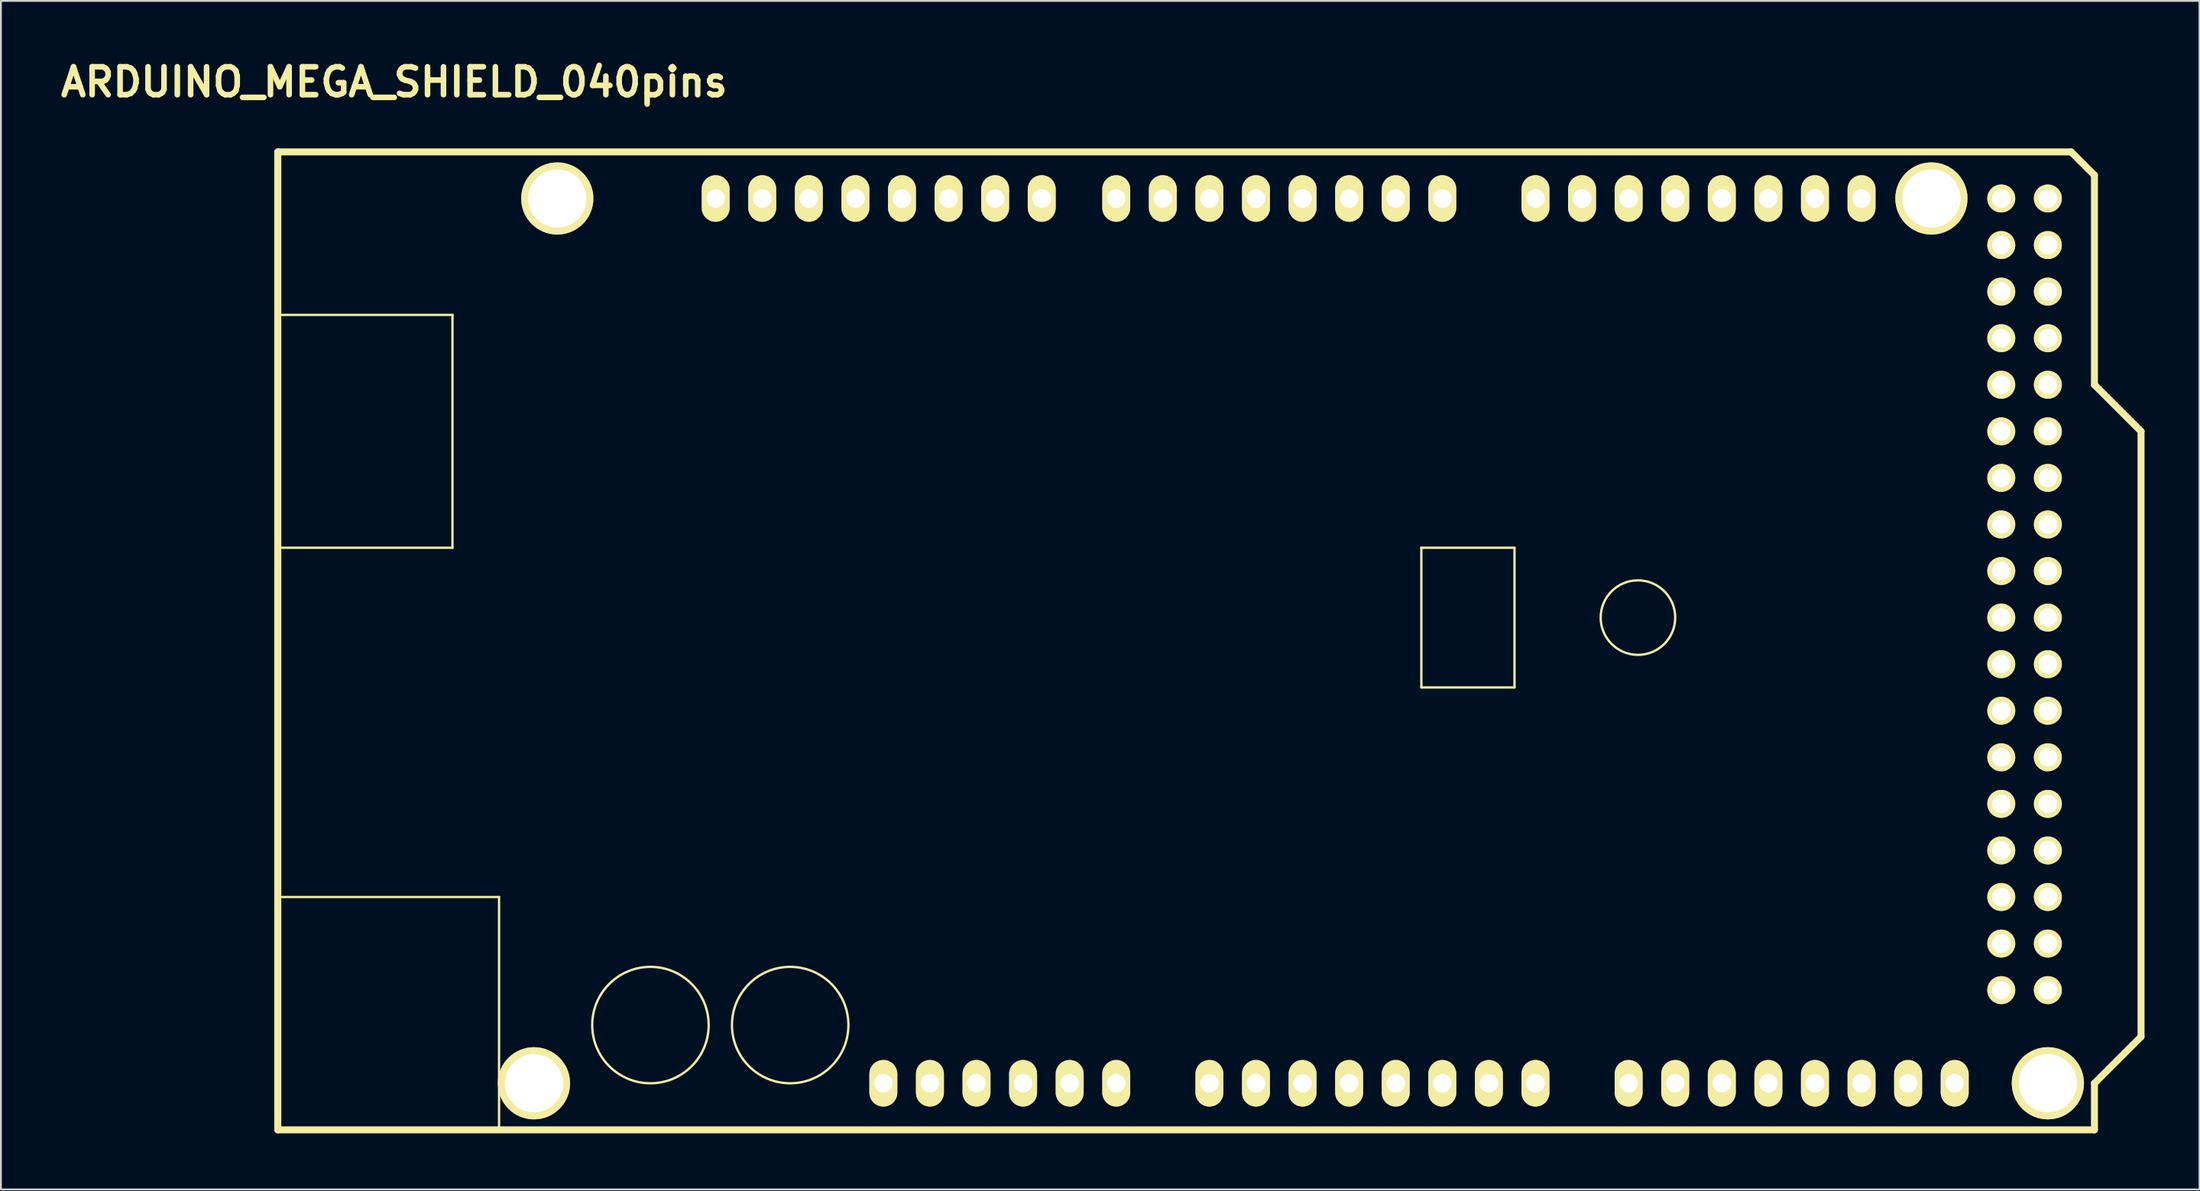
<source format=kicad_pcb>
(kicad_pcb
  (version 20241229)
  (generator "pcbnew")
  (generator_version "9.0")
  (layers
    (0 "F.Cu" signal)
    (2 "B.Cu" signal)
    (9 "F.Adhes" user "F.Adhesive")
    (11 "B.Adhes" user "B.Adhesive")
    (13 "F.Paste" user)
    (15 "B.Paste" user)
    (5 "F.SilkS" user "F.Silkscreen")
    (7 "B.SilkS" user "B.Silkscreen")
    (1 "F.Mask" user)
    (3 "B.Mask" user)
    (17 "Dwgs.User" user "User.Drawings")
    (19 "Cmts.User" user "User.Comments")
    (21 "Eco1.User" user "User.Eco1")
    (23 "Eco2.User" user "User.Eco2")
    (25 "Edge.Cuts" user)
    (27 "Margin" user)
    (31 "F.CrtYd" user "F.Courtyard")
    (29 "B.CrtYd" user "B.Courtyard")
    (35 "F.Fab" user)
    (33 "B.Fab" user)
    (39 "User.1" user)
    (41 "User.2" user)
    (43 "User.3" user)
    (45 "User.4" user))
  (footprint "ARDUINO_MEGA_SHIELD_040pins"
    (layer "F.Cu")
    (at 12.098 58.576)
    (property "Reference" "ARDUINO_MEGA_SHIELD_040pins" (at 6.35 -57.15 0) (layer "F.SilkS") (effects (font (size 1.524 1.524) (thickness 0.305))))
    (attr through_hole)
    (fp_line (start 0 -44.45) (end 9.525 -44.45) (stroke (width 0.127) (type solid)) (layer "F.SilkS"))
    (fp_line (start 0 -12.7) (end 12.065 -12.7) (stroke (width 0.127) (type solid)) (layer "F.SilkS"))
    (fp_line (start 0 0) (end 0 -53.34) (stroke (width 0.381) (type solid)) (layer "F.SilkS"))
    (fp_line (start 9.525 -44.45) (end 9.525 -31.75) (stroke (width 0.127) (type solid)) (layer "F.SilkS"))
    (fp_line (start 9.525 -31.75) (end 0 -31.75) (stroke (width 0.127) (type solid)) (layer "F.SilkS"))
    (fp_line (start 12.065 -12.7) (end 12.065 0) (stroke (width 0.127) (type solid)) (layer "F.SilkS"))
    (fp_line (start 62.357 -31.75) (end 62.357 -24.13) (stroke (width 0.127) (type solid)) (layer "F.SilkS"))
    (fp_line (start 62.357 -24.13) (end 67.437 -24.13) (stroke (width 0.127) (type solid)) (layer "F.SilkS"))
    (fp_line (start 67.437 -31.75) (end 62.357 -31.75) (stroke (width 0.127) (type solid)) (layer "F.SilkS"))
    (fp_line (start 67.437 -24.13) (end 67.437 -31.75) (stroke (width 0.127) (type solid)) (layer "F.SilkS"))
    (fp_line (start 97.79 -53.34) (end 0 -53.34) (stroke (width 0.381) (type solid)) (layer "F.SilkS"))
    (fp_line (start 99.06 -52.07) (end 97.79 -53.34) (stroke (width 0.381) (type solid)) (layer "F.SilkS"))
    (fp_line (start 99.06 -40.64) (end 99.06 -52.07) (stroke (width 0.381) (type solid)) (layer "F.SilkS"))
    (fp_line (start 99.06 -40.64) (end 101.6 -38.1) (stroke (width 0.381) (type solid)) (layer "F.SilkS"))
    (fp_line (start 99.06 -2.54) (end 99.06 0) (stroke (width 0.381) (type solid)) (layer "F.SilkS"))
    (fp_line (start 99.06 0) (end 0 0) (stroke (width 0.381) (type solid)) (layer "F.SilkS"))
    (fp_line (start 101.6 -38.1) (end 101.6 -5.08) (stroke (width 0.381) (type solid)) (layer "F.SilkS"))
    (fp_line (start 101.6 -5.08) (end 99.06 -2.54) (stroke (width 0.381) (type solid)) (layer "F.SilkS"))
    (fp_circle (center 20.32 -5.715) (end 23.495 -5.715) (stroke (width 0.127) (type solid)) (fill no) (layer "F.SilkS"))
    (fp_circle (center 27.94 -5.715) (end 31.115 -5.715) (stroke (width 0.127) (type solid)) (fill no) (layer "F.SilkS"))
    (fp_circle (center 74.168 -27.94) (end 76.2 -27.94) (stroke (width 0.127) (type solid)) (fill no) (layer "F.SilkS"))
    (pad "0" thru_hole oval (at 63.5 -50.8 90) (size 2.54 1.524) (drill 1.016) (layers "*.Cu" "*.Mask" "F.SilkS"))
    (pad "1" thru_hole oval (at 60.96 -50.8 90) (size 2.54 1.524) (drill 1.016) (layers "*.Cu" "*.Mask" "F.SilkS"))
    (pad "2" thru_hole oval (at 58.42 -50.8 90) (size 2.54 1.524) (drill 1.016) (layers "*.Cu" "*.Mask" "F.SilkS"))
    (pad "3" thru_hole oval (at 55.88 -50.8 90) (size 2.54 1.524) (drill 1.016) (layers "*.Cu" "*.Mask" "F.SilkS"))
    (pad "3V3" thru_hole oval (at 35.56 -2.54 90) (size 2.54 1.524) (drill 1.016) (layers "*.Cu" "*.Mask" "F.SilkS"))
    (pad "4" thru_hole oval (at 53.34 -50.8 90) (size 2.54 1.524) (drill 1.016) (layers "*.Cu" "*.Mask" "F.SilkS"))
    (pad "5" thru_hole oval (at 50.8 -50.8 90) (size 2.54 1.524) (drill 1.016) (layers "*.Cu" "*.Mask" "F.SilkS"))
    (pad "5V" thru_hole oval (at 38.1 -2.54 90) (size 2.54 1.524) (drill 1.016) (layers "*.Cu" "*.Mask" "F.SilkS"))
    (pad "5V_4" thru_hole circle (at 93.98 -50.8) (size 1.524 1.524) (drill 1.016) (layers "*.Cu" "*.Mask" "F.SilkS"))
    (pad "5V_5" thru_hole circle (at 96.52 -50.8) (size 1.524 1.524) (drill 1.016) (layers "*.Cu" "*.Mask" "F.SilkS"))
    (pad "6" thru_hole oval (at 48.26 -50.8 90) (size 2.54 1.524) (drill 1.016) (layers "*.Cu" "*.Mask" "F.SilkS"))
    (pad "7" thru_hole oval (at 45.72 -50.8 90) (size 2.54 1.524) (drill 1.016) (layers "*.Cu" "*.Mask" "F.SilkS"))
    (pad "8" thru_hole oval (at 41.656 -50.8 90) (size 2.54 1.524) (drill 1.016) (layers "*.Cu" "*.Mask" "F.SilkS"))
    (pad "9" thru_hole oval (at 39.116 -50.8 90) (size 2.54 1.524) (drill 1.016) (layers "*.Cu" "*.Mask" "F.SilkS"))
    (pad "10" thru_hole oval (at 36.576 -50.8 90) (size 2.54 1.524) (drill 1.016) (layers "*.Cu" "*.Mask" "F.SilkS"))
    (pad "11" thru_hole oval (at 34.036 -50.8 90) (size 2.54 1.524) (drill 1.016) (layers "*.Cu" "*.Mask" "F.SilkS"))
    (pad "12" thru_hole oval (at 31.496 -50.8 90) (size 2.54 1.524) (drill 1.016) (layers "*.Cu" "*.Mask" "F.SilkS"))
    (pad "13" thru_hole oval (at 28.956 -50.8 90) (size 2.54 1.524) (drill 1.016) (layers "*.Cu" "*.Mask" "F.SilkS"))
    (pad "14" thru_hole oval (at 68.58 -50.8 90) (size 2.54 1.524) (drill 1.016) (layers "*.Cu" "*.Mask" "F.SilkS"))
    (pad "15" thru_hole oval (at 71.12 -50.8 90) (size 2.54 1.524) (drill 1.016) (layers "*.Cu" "*.Mask" "F.SilkS"))
    (pad "16" thru_hole oval (at 73.66 -50.8 90) (size 2.54 1.524) (drill 1.016) (layers "*.Cu" "*.Mask" "F.SilkS"))
    (pad "17" thru_hole oval (at 76.2 -50.8 90) (size 2.54 1.524) (drill 1.016) (layers "*.Cu" "*.Mask" "F.SilkS"))
    (pad "18" thru_hole oval (at 78.74 -50.8 90) (size 2.54 1.524) (drill 1.016) (layers "*.Cu" "*.Mask" "F.SilkS"))
    (pad "19" thru_hole oval (at 81.28 -50.8 90) (size 2.54 1.524) (drill 1.016) (layers "*.Cu" "*.Mask" "F.SilkS"))
    (pad "20" thru_hole oval (at 83.82 -50.8 90) (size 2.54 1.524) (drill 1.016) (layers "*.Cu" "*.Mask" "F.SilkS"))
    (pad "21" thru_hole oval (at 86.36 -50.8 90) (size 2.54 1.524) (drill 1.016) (layers "*.Cu" "*.Mask" "F.SilkS"))
    (pad "22" thru_hole circle (at 93.98 -48.26) (size 1.524 1.524) (drill 1.016) (layers "*.Cu" "*.Mask" "F.SilkS"))
    (pad "23" thru_hole circle (at 96.52 -48.26) (size 1.524 1.524) (drill 1.016) (layers "*.Cu" "*.Mask" "F.SilkS"))
    (pad "24" thru_hole circle (at 93.98 -45.72) (size 1.524 1.524) (drill 1.016) (layers "*.Cu" "*.Mask" "F.SilkS"))
    (pad "25" thru_hole circle (at 96.52 -45.72) (size 1.524 1.524) (drill 1.016) (layers "*.Cu" "*.Mask" "F.SilkS"))
    (pad "26" thru_hole circle (at 93.98 -43.18) (size 1.524 1.524) (drill 1.016) (layers "*.Cu" "*.Mask" "F.SilkS"))
    (pad "27" thru_hole circle (at 96.52 -43.18) (size 1.524 1.524) (drill 1.016) (layers "*.Cu" "*.Mask" "F.SilkS"))
    (pad "28" thru_hole circle (at 93.98 -40.64) (size 1.524 1.524) (drill 1.016) (layers "*.Cu" "*.Mask" "F.SilkS"))
    (pad "29" thru_hole circle (at 96.52 -40.64) (size 1.524 1.524) (drill 1.016) (layers "*.Cu" "*.Mask" "F.SilkS"))
    (pad "30" thru_hole circle (at 93.98 -38.1) (size 1.524 1.524) (drill 1.016) (layers "*.Cu" "*.Mask" "F.SilkS"))
    (pad "31" thru_hole circle (at 96.52 -38.1) (size 1.524 1.524) (drill 1.016) (layers "*.Cu" "*.Mask" "F.SilkS"))
    (pad "32" thru_hole circle (at 93.98 -35.56) (size 1.524 1.524) (drill 1.016) (layers "*.Cu" "*.Mask" "F.SilkS"))
    (pad "33" thru_hole circle (at 96.52 -35.56) (size 1.524 1.524) (drill 1.016) (layers "*.Cu" "*.Mask" "F.SilkS"))
    (pad "34" thru_hole circle (at 93.98 -33.02) (size 1.524 1.524) (drill 1.016) (layers "*.Cu" "*.Mask" "F.SilkS"))
    (pad "35" thru_hole circle (at 96.52 -33.02) (size 1.524 1.524) (drill 1.016) (layers "*.Cu" "*.Mask" "F.SilkS"))
    (pad "36" thru_hole circle (at 93.98 -30.48) (size 1.524 1.524) (drill 1.016) (layers "*.Cu" "*.Mask" "F.SilkS"))
    (pad "37" thru_hole circle (at 96.52 -30.48) (size 1.524 1.524) (drill 1.016) (layers "*.Cu" "*.Mask" "F.SilkS"))
    (pad "38" thru_hole circle (at 93.98 -27.94) (size 1.524 1.524) (drill 1.016) (layers "*.Cu" "*.Mask" "F.SilkS"))
    (pad "39" thru_hole circle (at 96.52 -27.94) (size 1.524 1.524) (drill 1.016) (layers "*.Cu" "*.Mask" "F.SilkS"))
    (pad "40" thru_hole circle (at 93.98 -25.4) (size 1.524 1.524) (drill 1.016) (layers "*.Cu" "*.Mask" "F.SilkS"))
    (pad "41" thru_hole circle (at 96.52 -25.4) (size 1.524 1.524) (drill 1.016) (layers "*.Cu" "*.Mask" "F.SilkS"))
    (pad "42" thru_hole circle (at 93.98 -22.86) (size 1.524 1.524) (drill 1.016) (layers "*.Cu" "*.Mask" "F.SilkS"))
    (pad "43" thru_hole circle (at 96.52 -22.86) (size 1.524 1.524) (drill 1.016) (layers "*.Cu" "*.Mask" "F.SilkS"))
    (pad "44" thru_hole circle (at 93.98 -20.32) (size 1.524 1.524) (drill 1.016) (layers "*.Cu" "*.Mask" "F.SilkS"))
    (pad "45" thru_hole circle (at 96.52 -20.32) (size 1.524 1.524) (drill 1.016) (layers "*.Cu" "*.Mask" "F.SilkS"))
    (pad "46" thru_hole circle (at 93.98 -17.78) (size 1.524 1.524) (drill 1.016) (layers "*.Cu" "*.Mask" "F.SilkS"))
    (pad "47" thru_hole circle (at 96.52 -17.78) (size 1.524 1.524) (drill 1.016) (layers "*.Cu" "*.Mask" "F.SilkS"))
    (pad "48" thru_hole circle (at 93.98 -15.24) (size 1.524 1.524) (drill 1.016) (layers "*.Cu" "*.Mask" "F.SilkS"))
    (pad "49" thru_hole circle (at 96.52 -15.24) (size 1.524 1.524) (drill 1.016) (layers "*.Cu" "*.Mask" "F.SilkS"))
    (pad "50" thru_hole circle (at 93.98 -12.7) (size 1.524 1.524) (drill 1.016) (layers "*.Cu" "*.Mask" "F.SilkS"))
    (pad "51" thru_hole circle (at 96.52 -12.7) (size 1.524 1.524) (drill 1.016) (layers "*.Cu" "*.Mask" "F.SilkS"))
    (pad "52" thru_hole circle (at 93.98 -10.16) (size 1.524 1.524) (drill 1.016) (layers "*.Cu" "*.Mask" "F.SilkS"))
    (pad "53" thru_hole circle (at 96.52 -10.16) (size 1.524 1.524) (drill 1.016) (layers "*.Cu" "*.Mask" "F.SilkS"))
    (pad "AD0" thru_hole oval (at 50.8 -2.54 90) (size 2.54 1.524) (drill 1.016) (layers "*.Cu" "*.Mask" "F.SilkS"))
    (pad "AD1" thru_hole oval (at 53.34 -2.54 90) (size 2.54 1.524) (drill 1.016) (layers "*.Cu" "*.Mask" "F.SilkS"))
    (pad "AD2" thru_hole oval (at 55.88 -2.54 90) (size 2.54 1.524) (drill 1.016) (layers "*.Cu" "*.Mask" "F.SilkS"))
    (pad "AD3" thru_hole oval (at 58.42 -2.54 90) (size 2.54 1.524) (drill 1.016) (layers "*.Cu" "*.Mask" "F.SilkS"))
    (pad "AD4" thru_hole oval (at 60.96 -2.54 90) (size 2.54 1.524) (drill 1.016) (layers "*.Cu" "*.Mask" "F.SilkS"))
    (pad "AD5" thru_hole oval (at 63.5 -2.54 90) (size 2.54 1.524) (drill 1.016) (layers "*.Cu" "*.Mask" "F.SilkS"))
    (pad "AD6" thru_hole oval (at 66.04 -2.54 90) (size 2.54 1.524) (drill 1.016) (layers "*.Cu" "*.Mask" "F.SilkS"))
    (pad "AD7" thru_hole oval (at 68.58 -2.54 90) (size 2.54 1.524) (drill 1.016) (layers "*.Cu" "*.Mask" "F.SilkS"))
    (pad "AD8" thru_hole oval (at 73.66 -2.54 90) (size 2.54 1.524) (drill 1.016) (layers "*.Cu" "*.Mask" "F.SilkS"))
    (pad "AD9" thru_hole oval (at 76.2 -2.54 90) (size 2.54 1.524) (drill 1.016) (layers "*.Cu" "*.Mask" "F.SilkS"))
    (pad "AD10" thru_hole oval (at 78.74 -2.54 90) (size 2.54 1.524) (drill 1.016) (layers "*.Cu" "*.Mask" "F.SilkS"))
    (pad "AD11" thru_hole oval (at 81.28 -2.54 90) (size 2.54 1.524) (drill 1.016) (layers "*.Cu" "*.Mask" "F.SilkS"))
    (pad "AD12" thru_hole oval (at 83.82 -2.54 90) (size 2.54 1.524) (drill 1.016) (layers "*.Cu" "*.Mask" "F.SilkS"))
    (pad "AD13" thru_hole oval (at 86.36 -2.54 90) (size 2.54 1.524) (drill 1.016) (layers "*.Cu" "*.Mask" "F.SilkS"))
    (pad "AD14" thru_hole oval (at 88.9 -2.54 90) (size 2.54 1.524) (drill 1.016) (layers "*.Cu" "*.Mask" "F.SilkS"))
    (pad "AD15" thru_hole oval (at 91.44 -2.54 90) (size 2.54 1.524) (drill 1.016) (layers "*.Cu" "*.Mask" "F.SilkS"))
    (pad "AREF" thru_hole oval (at 23.876 -50.8 90) (size 2.54 1.524) (drill 1.016) (layers "*.Cu" "*.Mask" "F.SilkS"))
    (pad "GND1" thru_hole circle (at 13.97 -2.54 90) (size 3.937 3.937) (drill 3.175) (layers "*.Cu" "*.Mask" "F.SilkS"))
    (pad "GND1" thru_hole circle (at 15.24 -50.8 90) (size 3.937 3.937) (drill 3.175) (layers "*.Cu" "*.Mask" "F.SilkS"))
    (pad "GND1" thru_hole oval (at 40.64 -2.54 90) (size 2.54 1.524) (drill 1.016) (layers "*.Cu" "*.Mask" "F.SilkS"))
    (pad "GND1" thru_hole circle (at 90.17 -50.8 90) (size 3.937 3.937) (drill 3.175) (layers "*.Cu" "*.Mask" "F.SilkS"))
    (pad "GND1" thru_hole circle (at 96.52 -2.54 90) (size 3.937 3.937) (drill 3.175) (layers "*.Cu" "*.Mask" "F.SilkS"))
    (pad "GND2" thru_hole oval (at 43.18 -2.54 90) (size 2.54 1.524) (drill 1.016) (layers "*.Cu" "*.Mask" "F.SilkS"))
    (pad "GND3" thru_hole oval (at 26.416 -50.8 90) (size 2.54 1.524) (drill 1.016) (layers "*.Cu" "*.Mask" "F.SilkS"))
    (pad "GND4" thru_hole circle (at 93.98 -7.62) (size 1.524 1.524) (drill 1.016) (layers "*.Cu" "*.Mask" "F.SilkS"))
    (pad "GND5" thru_hole circle (at 96.52 -7.62) (size 1.524 1.524) (drill 1.016) (layers "*.Cu" "*.Mask" "F.SilkS"))
    (pad "RST" thru_hole oval (at 33.02 -2.54 90) (size 2.54 1.524) (drill 1.016) (layers "*.Cu" "*.Mask" "F.SilkS"))
    (pad "V_IN" thru_hole oval (at 45.72 -2.54 90) (size 2.54 1.524) (drill 1.016) (layers "*.Cu" "*.Mask" "F.SilkS")))
  (gr_rect
    (start -3 -3)
    (end 116.888 61.826)
    (stroke (width 0.1) (type default))
    (fill no)
    (layer "Edge.Cuts")))
</source>
